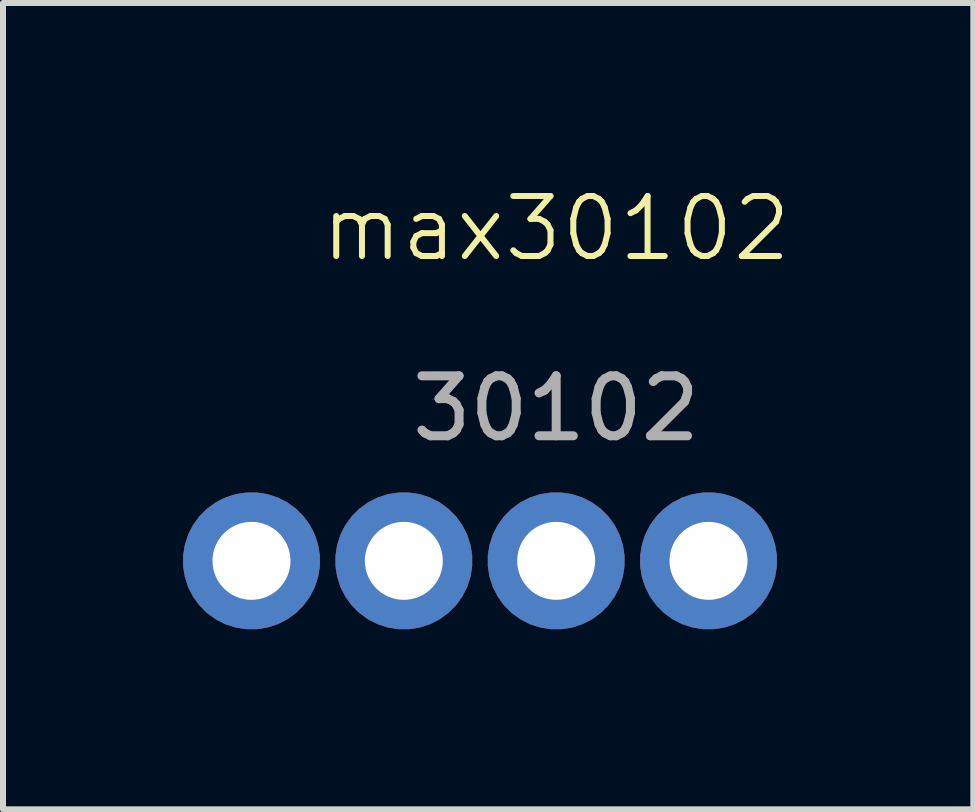
<source format=kicad_pcb>
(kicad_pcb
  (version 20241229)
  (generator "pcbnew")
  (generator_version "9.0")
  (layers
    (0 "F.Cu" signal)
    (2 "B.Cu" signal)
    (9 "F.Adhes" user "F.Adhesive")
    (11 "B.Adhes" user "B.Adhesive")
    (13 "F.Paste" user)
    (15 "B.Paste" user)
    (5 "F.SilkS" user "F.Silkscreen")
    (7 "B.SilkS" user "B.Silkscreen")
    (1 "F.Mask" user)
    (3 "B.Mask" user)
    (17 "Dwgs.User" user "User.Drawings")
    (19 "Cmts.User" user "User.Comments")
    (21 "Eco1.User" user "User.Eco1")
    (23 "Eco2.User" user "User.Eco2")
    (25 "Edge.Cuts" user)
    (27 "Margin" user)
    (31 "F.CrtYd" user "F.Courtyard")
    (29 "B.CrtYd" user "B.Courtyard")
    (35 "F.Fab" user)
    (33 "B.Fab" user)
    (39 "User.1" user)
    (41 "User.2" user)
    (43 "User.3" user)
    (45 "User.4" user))
  (footprint "max30102"
    (layer "F.Cu")
    (at 6.223 6.301)
    (property "Reference" "max30102" (at 0 -5.54 0) (unlocked yes) (layer "F.SilkS") (effects (font (size 1 1) (thickness 0.1))))
    (attr through_hole)
    (fp_text user "30102" (at 0 -2.54 0) (unlocked yes) (layer "F.Fab") (effects (font (size 1 1) (thickness 0.15))))
    (pad "1" thru_hole custom (at -5.08 0) (size 2.286 2.286) (drill 1.3) (layers "*.Cu" "*.Mask") (options (anchor circle)) (primitives))
    (pad "2" thru_hole custom (at -2.54 0) (size 2.286 2.286) (drill 1.3) (layers "*.Cu" "*.Mask") (options (anchor circle)) (primitives))
    (pad "3" thru_hole custom (at 0 0) (size 2.286 2.286) (drill 1.3) (layers "*.Cu" "*.Mask") (options (anchor circle)) (primitives))
    (pad "4" thru_hole custom (at 2.54 0) (size 2.286 2.286) (drill 1.3) (layers "*.Cu" "*.Mask") (options (anchor circle)) (primitives)))
  (gr_rect
    (start -3 -3)
    (end 13.178 10.444)
    (stroke (width 0.1) (type default))
    (fill no)
    (layer "Edge.Cuts")))
</source>
